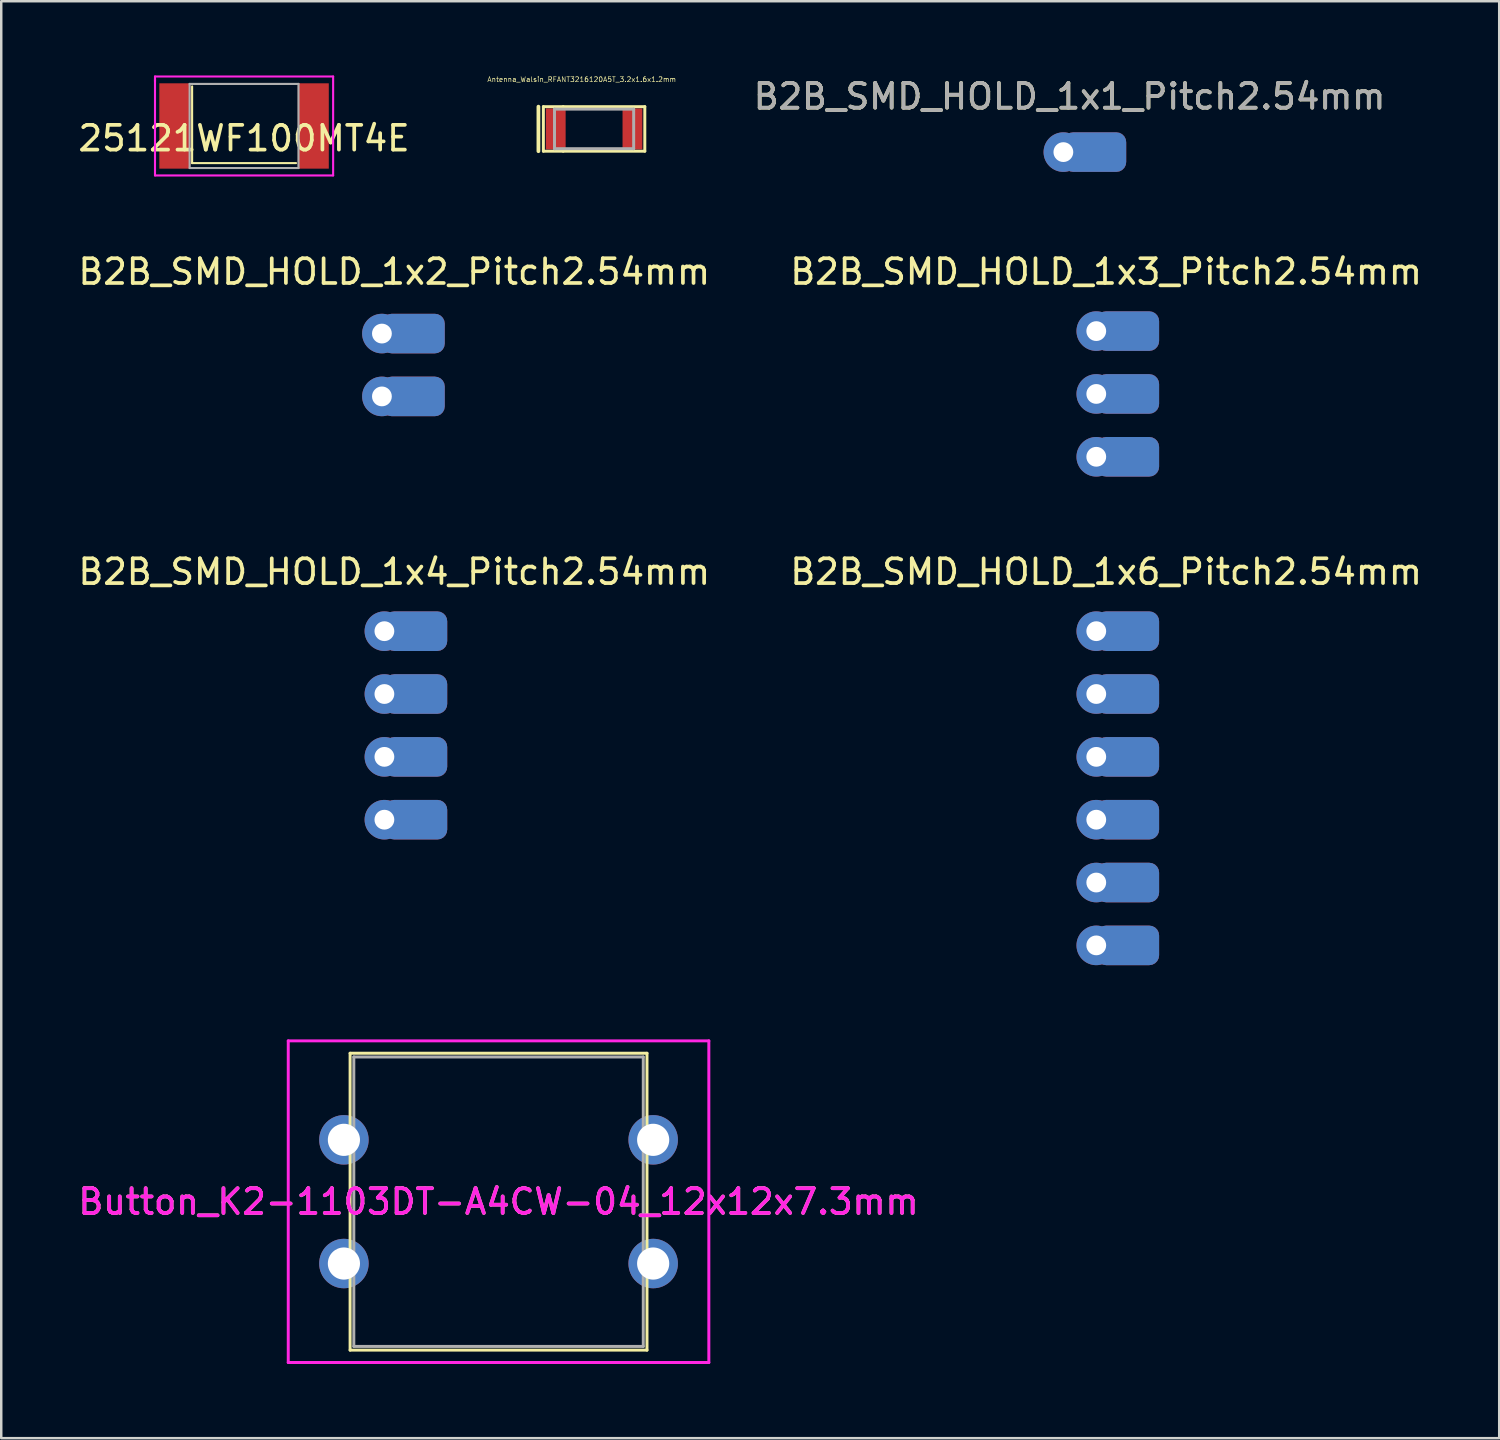
<source format=kicad_pcb>
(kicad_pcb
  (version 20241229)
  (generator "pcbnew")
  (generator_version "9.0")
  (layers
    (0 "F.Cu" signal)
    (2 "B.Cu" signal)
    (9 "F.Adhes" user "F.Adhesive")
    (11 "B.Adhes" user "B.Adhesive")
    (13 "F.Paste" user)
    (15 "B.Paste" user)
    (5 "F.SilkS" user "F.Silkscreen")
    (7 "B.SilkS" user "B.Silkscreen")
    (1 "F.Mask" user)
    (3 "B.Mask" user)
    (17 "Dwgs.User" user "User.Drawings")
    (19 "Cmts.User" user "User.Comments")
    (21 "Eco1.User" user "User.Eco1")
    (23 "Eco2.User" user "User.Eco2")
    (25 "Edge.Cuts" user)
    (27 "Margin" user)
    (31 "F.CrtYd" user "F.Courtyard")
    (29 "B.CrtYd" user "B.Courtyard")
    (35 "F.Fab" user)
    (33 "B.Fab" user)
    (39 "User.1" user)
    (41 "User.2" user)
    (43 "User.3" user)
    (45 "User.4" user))
  (footprint "B2B_SMD_HOLD_1x3_Pitch2.54mm"
    (layer "F.Cu")
    (at 41.261 10.333)
    (property "Reference" "B2B_SMD_HOLD_1x3_Pitch2.54mm" (at 0.4 -2.4 0) (layer "F.SilkS") (effects (font (size 1 1) (thickness 0.15))))
    (attr exclude_from_pos_files exclude_from_bom)
    (pad "1" thru_hole circle (at 0 0) (size 1.6 1.6) (drill 0.8) (layers "*.Cu" "*.Mask"))
    (pad "1" smd roundrect (at 1.27 0) (size 2.54 1.6) (layers "F.Cu" "F.Mask") (roundrect_rratio 0.25))
    (pad "1" smd roundrect (at 1.27 0) (size 2.54 1.6) (layers "B.Cu" "B.Mask") (roundrect_rratio 0.25))
    (pad "2" thru_hole circle (at 0 2.54) (size 1.6 1.6) (drill 0.8) (layers "*.Cu" "*.Mask"))
    (pad "2" smd roundrect (at 1.27 2.54) (size 2.54 1.6) (layers "F.Cu" "F.Mask") (roundrect_rratio 0.25))
    (pad "2" smd roundrect (at 1.27 2.54) (size 2.54 1.6) (layers "B.Cu" "B.Mask") (roundrect_rratio 0.25))
    (pad "3" thru_hole circle (at 0 5.08) (size 1.6 1.6) (drill 0.8) (layers "*.Cu" "*.Mask"))
    (pad "3" smd roundrect (at 1.27 5.08) (size 2.54 1.6) (layers "F.Cu" "F.Mask") (roundrect_rratio 0.25))
    (pad "3" smd roundrect (at 1.27 5.08) (size 2.54 1.6) (layers "B.Cu" "B.Mask") (roundrect_rratio 0.25)))
  (footprint "Antenna_Walsin_RFANT3216120A5T_3.2x1.6x1.2mm"
    (layer "F.Cu")
    (at 20.963 2.161)
    (property "Reference" "Antenna_Walsin_RFANT3216120A5T_3.2x1.6x1.2mm" (at -0.5 -2 0) (layer "F.SilkS") (effects (font (size 0.2 0.2) (thickness 0.025))))
    (attr smd)
    (fp_line (start -2.25 0.9) (end -2.25 -0.9) (stroke (width 0.152) (type solid)) (layer "F.SilkS"))
    (fp_line (start -2.05 -0.9) (end -2.05 0.9) (stroke (width 0.12) (type solid)) (layer "F.SilkS"))
    (fp_line (start -2.05 0.9) (end -1.25 0.9) (stroke (width 0.12) (type solid)) (layer "F.SilkS"))
    (fp_line (start -1.25 -0.9) (end -2.05 -0.9) (stroke (width 0.12) (type solid)) (layer "F.SilkS"))
    (fp_line (start -1.25 -0.9) (end 2.05 -0.9) (stroke (width 0.12) (type solid)) (layer "F.SilkS"))
    (fp_line (start 2.05 -0.9) (end 2.05 0.9) (stroke (width 0.12) (type solid)) (layer "F.SilkS"))
    (fp_line (start 2.05 0.9) (end -1.25 0.9) (stroke (width 0.12) (type solid)) (layer "F.SilkS"))
    (fp_line (start -1.6 -0.8) (end -1.6 0.8) (stroke (width 0.12) (type solid)) (layer "F.Fab"))
    (fp_line (start -1.6 0.8) (end 1.6 0.8) (stroke (width 0.12) (type solid)) (layer "F.Fab"))
    (fp_line (start 1.6 -0.8) (end -1.6 -0.8) (stroke (width 0.12) (type solid)) (layer "F.Fab"))
    (fp_line (start 1.6 0.8) (end 1.6 -0.8) (stroke (width 0.12) (type solid)) (layer "F.Fab"))
    (pad "1" smd rect (at -1.55 0) (size 0.8 1.66) (layers "F.Cu" "F.Mask" "F.Paste"))
    (pad "2" smd rect (at 1.55 0) (size 0.8 1.66) (layers "F.Cu" "F.Mask" "F.Paste")))
  (footprint "25121WF100MT4E"
    (layer "F.Cu")
    (at 6.815 2.042)
    (property "Reference" "25121WF100MT4E" (at 0 0.5 0) (layer "F.SilkS") (effects (font (size 1 1) (thickness 0.15))))
    (attr through_hole)
    (fp_line (start -2.1 -1.6) (end -2.1 1.5) (stroke (width 0.085) (type solid)) (layer "F.SilkS"))
    (fp_line (start -2.1 1.5) (end 2.1 1.5) (stroke (width 0.085) (type solid)) (layer "F.SilkS"))
    (fp_line (start -3.6 -2) (end -3.6 -1.8) (stroke (width 0.085) (type solid)) (layer "F.CrtYd"))
    (fp_line (start -3.6 -1.9) (end -3.6 2) (stroke (width 0.085) (type solid)) (layer "F.CrtYd"))
    (fp_line (start -3.6 2) (end 3.6 2) (stroke (width 0.085) (type solid)) (layer "F.CrtYd"))
    (fp_line (start 3.6 -2) (end -3.6 -2) (stroke (width 0.085) (type solid)) (layer "F.CrtYd"))
    (fp_line (start 3.6 2) (end 3.6 -2) (stroke (width 0.085) (type solid)) (layer "F.CrtYd"))
    (fp_line (start -2.2 -1.7) (end 2.2 -1.7) (stroke (width 0.085) (type solid)) (layer "F.Fab"))
    (fp_line (start -2.2 1.7) (end -2.2 -1.7) (stroke (width 0.085) (type solid)) (layer "F.Fab"))
    (fp_line (start 2.2 -1.7) (end 2.2 1.7) (stroke (width 0.085) (type solid)) (layer "F.Fab"))
    (fp_line (start 2.2 1.7) (end -2.2 1.7) (stroke (width 0.085) (type solid)) (layer "F.Fab"))
    (pad "1" smd rect (at -2.8 0) (size 1.25 3.45) (layers "F.Cu" "F.Mask" "F.Paste"))
    (pad "2" smd rect (at 2.8 0) (size 1.25 3.45) (layers "F.Cu" "F.Mask" "F.Paste")))
  (footprint "B2B_SMD_HOLD_1x1_Pitch2.54mm"
    (layer "F.Cu")
    (at 39.931 3.098)
    (property "Reference" "B2B_SMD_HOLD_1x1_Pitch2.54mm" (at 0.25 -2.25 0) (layer "F.SilkS") (effects (font (size 1 1) (thickness 0.15))))
    (attr exclude_from_pos_files exclude_from_bom)
    (fp_text user "${REFERENCE}" (at 0.25 -2.25 0) (layer "F.Fab") (effects (font (size 1 1) (thickness 0.15))))
    (pad "1" thru_hole circle (at 0 0) (size 1.6 1.6) (drill 0.8) (layers "*.Cu" "*.Mask"))
    (pad "1" smd roundrect (at 1.27 0) (size 2.54 1.6) (layers "F.Cu" "F.Mask") (roundrect_rratio 0.25))
    (pad "1" smd roundrect (at 1.27 0) (size 2.54 1.6) (layers "B.Cu" "B.Mask") (roundrect_rratio 0.25)))
  (footprint "B2B_SMD_HOLD_1x6_Pitch2.54mm"
    (layer "F.Cu")
    (at 41.261 22.462)
    (property "Reference" "B2B_SMD_HOLD_1x6_Pitch2.54mm" (at 0.4 -2.4 0) (layer "F.SilkS") (effects (font (size 1 1) (thickness 0.15))))
    (attr exclude_from_pos_files exclude_from_bom)
    (pad "1" thru_hole circle (at 0 0) (size 1.6 1.6) (drill 0.8) (layers "*.Cu" "*.Mask"))
    (pad "1" smd roundrect (at 1.27 0) (size 2.54 1.6) (layers "F.Cu" "F.Mask") (roundrect_rratio 0.25))
    (pad "1" smd roundrect (at 1.27 0) (size 2.54 1.6) (layers "B.Cu" "B.Mask") (roundrect_rratio 0.25))
    (pad "2" thru_hole circle (at 0 2.54) (size 1.6 1.6) (drill 0.8) (layers "*.Cu" "*.Mask"))
    (pad "2" smd roundrect (at 1.27 2.54) (size 2.54 1.6) (layers "F.Cu" "F.Mask") (roundrect_rratio 0.25))
    (pad "2" smd roundrect (at 1.27 2.54) (size 2.54 1.6) (layers "B.Cu" "B.Mask") (roundrect_rratio 0.25))
    (pad "3" thru_hole circle (at 0 5.08) (size 1.6 1.6) (drill 0.8) (layers "*.Cu" "*.Mask"))
    (pad "3" smd roundrect (at 1.27 5.08) (size 2.54 1.6) (layers "F.Cu" "F.Mask") (roundrect_rratio 0.25))
    (pad "3" smd roundrect (at 1.27 5.08) (size 2.54 1.6) (layers "B.Cu" "B.Mask") (roundrect_rratio 0.25))
    (pad "4" thru_hole circle (at 0 7.62) (size 1.6 1.6) (drill 0.8) (layers "*.Cu" "*.Mask"))
    (pad "4" smd roundrect (at 1.27 7.62) (size 2.54 1.6) (layers "F.Cu" "F.Mask") (roundrect_rratio 0.25))
    (pad "4" smd roundrect (at 1.27 7.62) (size 2.54 1.6) (layers "B.Cu" "B.Mask") (roundrect_rratio 0.25))
    (pad "5" thru_hole circle (at 0 10.16) (size 1.6 1.6) (drill 0.8) (layers "*.Cu" "*.Mask"))
    (pad "5" smd roundrect (at 1.27 10.16) (size 2.54 1.6) (layers "F.Cu" "F.Mask") (roundrect_rratio 0.25))
    (pad "5" smd roundrect (at 1.27 10.16) (size 2.54 1.6) (layers "B.Cu" "B.Mask") (roundrect_rratio 0.25))
    (pad "6" thru_hole circle (at 0 12.7) (size 1.6 1.6) (drill 0.8) (layers "*.Cu" "*.Mask"))
    (pad "6" smd roundrect (at 1.27 12.7) (size 2.54 1.6) (layers "F.Cu" "F.Mask") (roundrect_rratio 0.25))
    (pad "6" smd roundrect (at 1.27 12.7) (size 2.54 1.6) (layers "B.Cu" "B.Mask") (roundrect_rratio 0.25)))
  (footprint "B2B_SMD_HOLD_1x2_Pitch2.54mm"
    (layer "F.Cu")
    (at 12.387 10.433)
    (property "Reference" "B2B_SMD_HOLD_1x2_Pitch2.54mm" (at 0.5 -2.5 0) (layer "F.SilkS") (effects (font (size 1 1) (thickness 0.15))))
    (attr exclude_from_pos_files exclude_from_bom)
    (pad "1" thru_hole circle (at 0 0) (size 1.6 1.6) (drill 0.8) (layers "*.Cu" "*.Mask"))
    (pad "1" smd roundrect (at 1.27 0) (size 2.54 1.6) (layers "F.Cu" "F.Mask") (roundrect_rratio 0.25))
    (pad "1" smd roundrect (at 1.27 0) (size 2.54 1.6) (layers "B.Cu" "B.Mask") (roundrect_rratio 0.25))
    (pad "2" thru_hole circle (at 0 2.54) (size 1.6 1.6) (drill 0.8) (layers "*.Cu" "*.Mask"))
    (pad "2" smd roundrect (at 1.27 2.54) (size 2.54 1.6) (layers "F.Cu" "F.Mask") (roundrect_rratio 0.25))
    (pad "2" smd roundrect (at 1.27 2.54) (size 2.54 1.6) (layers "B.Cu" "B.Mask") (roundrect_rratio 0.25)))
  (footprint "B2B_SMD_HOLD_1x4_Pitch2.54mm"
    (layer "F.Cu")
    (at 12.487 22.462)
    (property "Reference" "B2B_SMD_HOLD_1x4_Pitch2.54mm" (at 0.4 -2.4 0) (layer "F.SilkS") (effects (font (size 1 1) (thickness 0.15))))
    (attr exclude_from_pos_files exclude_from_bom)
    (pad "1" thru_hole circle (at 0 0) (size 1.6 1.6) (drill 0.8) (layers "*.Cu" "*.Mask"))
    (pad "1" smd roundrect (at 1.27 0) (size 2.54 1.6) (layers "F.Cu" "F.Mask") (roundrect_rratio 0.25))
    (pad "1" smd roundrect (at 1.27 0) (size 2.54 1.6) (layers "B.Cu" "B.Mask") (roundrect_rratio 0.25))
    (pad "2" thru_hole circle (at 0 2.54) (size 1.6 1.6) (drill 0.8) (layers "*.Cu" "*.Mask"))
    (pad "2" smd roundrect (at 1.27 2.54) (size 2.54 1.6) (layers "F.Cu" "F.Mask") (roundrect_rratio 0.25))
    (pad "2" smd roundrect (at 1.27 2.54) (size 2.54 1.6) (layers "B.Cu" "B.Mask") (roundrect_rratio 0.25))
    (pad "3" thru_hole circle (at 0 5.08) (size 1.6 1.6) (drill 0.8) (layers "*.Cu" "*.Mask"))
    (pad "3" smd roundrect (at 1.27 5.08) (size 2.54 1.6) (layers "F.Cu" "F.Mask") (roundrect_rratio 0.25))
    (pad "3" smd roundrect (at 1.27 5.08) (size 2.54 1.6) (layers "B.Cu" "B.Mask") (roundrect_rratio 0.25))
    (pad "4" thru_hole circle (at 0 7.62) (size 1.6 1.6) (drill 0.8) (layers "*.Cu" "*.Mask"))
    (pad "4" smd roundrect (at 1.27 7.62) (size 2.54 1.6) (layers "F.Cu" "F.Mask") (roundrect_rratio 0.25))
    (pad "4" smd roundrect (at 1.27 7.62) (size 2.54 1.6) (layers "B.Cu" "B.Mask") (roundrect_rratio 0.25)))
  (footprint "Button_K2-1103DT-A4CW-04_12x12x7.3mm"
    (layer "F.Cu")
    (at 17.101 45.522)
    (property "Reference" "Button_K2-1103DT-A4CW-04_12x12x7.3mm" (at 0 0 0) (layer "F.SilkS") (effects (font (size 1 1) (thickness 0.15))))
    (attr smd)
    (fp_line (start -6 -6) (end 6 -6) (stroke (width 0.12) (type solid)) (layer "F.SilkS"))
    (fp_line (start -6 6) (end -6 -6) (stroke (width 0.12) (type solid)) (layer "F.SilkS"))
    (fp_line (start 6 -6) (end 6 6) (stroke (width 0.12) (type solid)) (layer "F.SilkS"))
    (fp_line (start 6 6) (end -6 6) (stroke (width 0.12) (type solid)) (layer "F.SilkS"))
    (fp_line (start -8.5 -6.5) (end 8.5 -6.5) (stroke (width 0.12) (type solid)) (layer "F.CrtYd"))
    (fp_line (start -8.5 6.5) (end -8.5 -6.5) (stroke (width 0.12) (type solid)) (layer "F.CrtYd"))
    (fp_line (start 8.5 -6.5) (end 8.5 6.5) (stroke (width 0.12) (type solid)) (layer "F.CrtYd"))
    (fp_line (start 8.5 6.5) (end -8.5 6.5) (stroke (width 0.12) (type solid)) (layer "F.CrtYd"))
    (fp_line (start -5.85 -5.85) (end 5.85 -5.85) (stroke (width 0.12) (type solid)) (layer "F.Fab"))
    (fp_line (start -5.85 5.85) (end -5.85 -5.85) (stroke (width 0.12) (type solid)) (layer "F.Fab"))
    (fp_line (start 5.85 -5.85) (end 5.85 5.85) (stroke (width 0.12) (type solid)) (layer "F.Fab"))
    (fp_line (start 5.85 5.85) (end -5.85 5.85) (stroke (width 0.12) (type solid)) (layer "F.Fab"))
    (fp_text user "${REFERENCE}" (at 0 0 0) (layer "F.CrtYd") (effects (font (size 1 1) (thickness 0.15))))
    (pad "1" thru_hole circle (at -6.25 -2.5) (size 2 2) (drill 1.3) (layers "*.Cu" "*.Mask"))
    (pad "1" thru_hole circle (at 6.25 -2.5) (size 2 2) (drill 1.3) (layers "*.Cu" "*.Mask"))
    (pad "2" thru_hole circle (at -6.25 2.5) (size 2 2) (drill 1.3) (layers "*.Cu" "*.Mask"))
    (pad "2" thru_hole circle (at 6.25 2.5) (size 2 2) (drill 1.3) (layers "*.Cu" "*.Mask")))
  (gr_rect
    (start -3 -3)
    (end 57.548 55.081)
    (stroke (width 0.1) (type default))
    (fill no)
    (layer "Edge.Cuts")))
</source>
